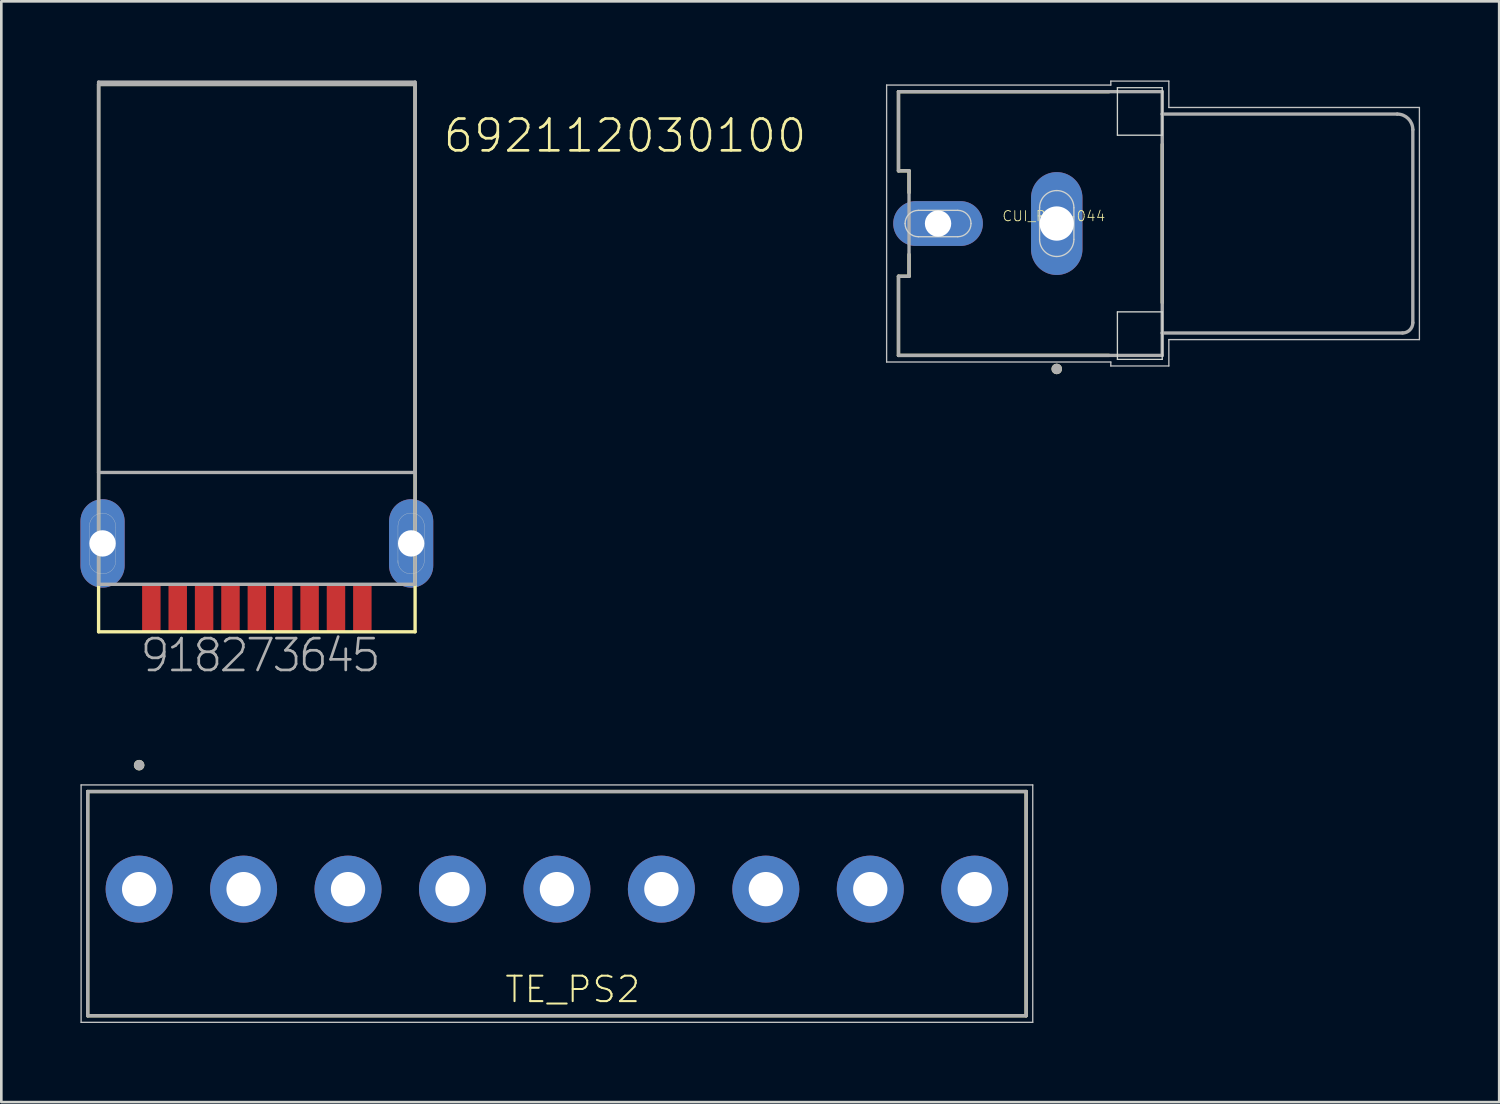
<source format=kicad_pcb>
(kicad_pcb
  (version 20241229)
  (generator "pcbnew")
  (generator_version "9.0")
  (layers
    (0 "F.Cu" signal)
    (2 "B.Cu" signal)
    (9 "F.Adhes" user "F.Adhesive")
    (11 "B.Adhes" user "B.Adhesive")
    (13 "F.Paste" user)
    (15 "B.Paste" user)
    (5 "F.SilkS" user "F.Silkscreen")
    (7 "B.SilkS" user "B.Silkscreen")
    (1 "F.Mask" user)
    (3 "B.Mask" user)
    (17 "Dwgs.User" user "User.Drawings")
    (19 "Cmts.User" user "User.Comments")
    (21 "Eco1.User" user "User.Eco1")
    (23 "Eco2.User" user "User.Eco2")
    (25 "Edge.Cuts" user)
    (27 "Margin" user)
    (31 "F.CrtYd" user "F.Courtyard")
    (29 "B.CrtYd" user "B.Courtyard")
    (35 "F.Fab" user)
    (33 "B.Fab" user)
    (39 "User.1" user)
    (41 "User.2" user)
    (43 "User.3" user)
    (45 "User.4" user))
  (footprint "CUI_RCJ-044"
    (layer "F.Cu")
    (at 37.015 5.425)
    (property "Reference" "CUI_RCJ-044" (at -2.088 -0.056 0) (layer "F.SilkS") (effects (font (size 0.386 0.386) (thickness 0.031)) (justify left bottom)))
    (attr through_hole)
    (fp_line (start -6 -5) (end 1.98 -5) (stroke (width 0.127) (type solid)) (layer "F.SilkS"))
    (fp_line (start -6 -2) (end -6 -5) (stroke (width 0.127) (type solid)) (layer "F.SilkS"))
    (fp_line (start -6 2) (end -5.6 2) (stroke (width 0.127) (type solid)) (layer "F.SilkS"))
    (fp_line (start -6 5) (end -6 2) (stroke (width 0.127) (type solid)) (layer "F.SilkS"))
    (fp_line (start -6 5) (end 1.98 5) (stroke (width 0.127) (type solid)) (layer "F.SilkS"))
    (fp_line (start -5.6 -2) (end -6 -2) (stroke (width 0.127) (type solid)) (layer "F.SilkS"))
    (fp_line (start -5.6 -1.17) (end -5.6 -2) (stroke (width 0.127) (type solid)) (layer "F.SilkS"))
    (fp_line (start -5.6 2) (end -5.6 1.17) (stroke (width 0.127) (type solid)) (layer "F.SilkS"))
    (fp_line (start 4 3) (end 4 -3) (stroke (width 0.127) (type solid)) (layer "F.SilkS"))
    (fp_circle (center 0 5.513) (end 0.1 5.513) (stroke (width 0.2) (type solid)) (fill no) (layer "F.SilkS"))
    (fp_line (start -6.45 -5.25) (end -6.45 5.25) (stroke (width 0.05) (type solid)) (layer "Dwgs.User"))
    (fp_line (start -6.45 5.25) (end 2.05 5.25) (stroke (width 0.05) (type solid)) (layer "Dwgs.User"))
    (fp_line (start 2.05 -5.4) (end 2.05 -5.25) (stroke (width 0.05) (type solid)) (layer "Dwgs.User"))
    (fp_line (start 2.05 -5.25) (end -6.45 -5.25) (stroke (width 0.05) (type solid)) (layer "Dwgs.User"))
    (fp_line (start 2.05 5.25) (end 2.05 5.4) (stroke (width 0.05) (type solid)) (layer "Dwgs.User"))
    (fp_line (start 2.05 5.4) (end 4.25 5.4) (stroke (width 0.05) (type solid)) (layer "Dwgs.User"))
    (fp_line (start 4.25 -5.4) (end 2.05 -5.4) (stroke (width 0.05) (type solid)) (layer "Dwgs.User"))
    (fp_line (start 4.25 -4.4) (end 4.25 -5.4) (stroke (width 0.05) (type solid)) (layer "Dwgs.User"))
    (fp_line (start 4.25 4.4) (end 13.75 4.4) (stroke (width 0.05) (type solid)) (layer "Dwgs.User"))
    (fp_line (start 4.25 5.4) (end 4.25 4.4) (stroke (width 0.05) (type solid)) (layer "Dwgs.User"))
    (fp_line (start 13.75 -4.4) (end 4.25 -4.4) (stroke (width 0.05) (type solid)) (layer "Dwgs.User"))
    (fp_line (start 13.75 4.4) (end 13.75 -4.4) (stroke (width 0.05) (type solid)) (layer "Dwgs.User"))
    (fp_line (start -5.25 -0.5) (end -3.75 -0.5) (stroke (width 0.05) (type solid)) (layer "Edge.Cuts"))
    (fp_line (start -3.75 0.5) (end -5.25 0.5) (stroke (width 0.05) (type solid)) (layer "Edge.Cuts"))
    (fp_line (start -0.65 0.6) (end -0.65 -0.6) (stroke (width 0.05) (type solid)) (layer "Edge.Cuts"))
    (fp_line (start 0.65 -0.6) (end 0.65 0.6) (stroke (width 0.05) (type solid)) (layer "Edge.Cuts"))
    (fp_line (start 2.3 -5.15) (end 2.3 -3.35) (stroke (width 0.05) (type solid)) (layer "Edge.Cuts"))
    (fp_line (start 2.3 -3.35) (end 4 -3.35) (stroke (width 0.05) (type solid)) (layer "Edge.Cuts"))
    (fp_line (start 2.3 3.35) (end 2.3 5.15) (stroke (width 0.05) (type solid)) (layer "Edge.Cuts"))
    (fp_line (start 2.3 5.15) (end 4 5.15) (stroke (width 0.05) (type solid)) (layer "Edge.Cuts"))
    (fp_line (start 4 -5.15) (end 2.3 -5.15) (stroke (width 0.05) (type solid)) (layer "Edge.Cuts"))
    (fp_line (start 4 -3.35) (end 4 -5.15) (stroke (width 0.05) (type solid)) (layer "Edge.Cuts"))
    (fp_line (start 4 3.35) (end 2.3 3.35) (stroke (width 0.05) (type solid)) (layer "Edge.Cuts"))
    (fp_line (start 4 5.15) (end 4 3.35) (stroke (width 0.05) (type solid)) (layer "Edge.Cuts"))
    (fp_arc (start -5.75 0) (mid -5.603553 -0.353553) (end -5.25 -0.5) (stroke (width 0.05) (type solid)) (layer "Edge.Cuts"))
    (fp_arc (start -5.25 0.5) (mid -5.603553 0.353553) (end -5.75 0) (stroke (width 0.05) (type solid)) (layer "Edge.Cuts"))
    (fp_arc (start -3.75 -0.5) (mid -3.396447 -0.353553) (end -3.25 0) (stroke (width 0.05) (type solid)) (layer "Edge.Cuts"))
    (fp_arc (start -3.25 0) (mid -3.396447 0.353553) (end -3.75 0.5) (stroke (width 0.05) (type solid)) (layer "Edge.Cuts"))
    (fp_arc (start -0.65 -0.6) (mid -0.459619 -1.059619) (end 0 -1.25) (stroke (width 0.05) (type solid)) (layer "Edge.Cuts"))
    (fp_arc (start 0 -1.25) (mid 0.459619 -1.059619) (end 0.65 -0.6) (stroke (width 0.05) (type solid)) (layer "Edge.Cuts"))
    (fp_arc (start 0 1.25) (mid -0.459619 1.059619) (end -0.65 0.6) (stroke (width 0.05) (type solid)) (layer "Edge.Cuts"))
    (fp_arc (start 0.65 0.6) (mid 0.459619 1.059619) (end 0 1.25) (stroke (width 0.05) (type solid)) (layer "Edge.Cuts"))
    (fp_line (start -6 -5) (end 4 -5) (stroke (width 0.127) (type solid)) (layer "F.Fab"))
    (fp_line (start -6 -2) (end -6 -5) (stroke (width 0.127) (type solid)) (layer "F.Fab"))
    (fp_line (start -6 2) (end -5.6 2) (stroke (width 0.127) (type solid)) (layer "F.Fab"))
    (fp_line (start -6 5) (end -6 2) (stroke (width 0.127) (type solid)) (layer "F.Fab"))
    (fp_line (start -5.6 -2) (end -6 -2) (stroke (width 0.127) (type solid)) (layer "F.Fab"))
    (fp_line (start -5.6 2) (end -5.6 -2) (stroke (width 0.127) (type solid)) (layer "F.Fab"))
    (fp_line (start 4 -5) (end 4 -4.15) (stroke (width 0.127) (type solid)) (layer "F.Fab"))
    (fp_line (start 4 -4.15) (end 4 4.15) (stroke (width 0.127) (type solid)) (layer "F.Fab"))
    (fp_line (start 4 -4.15) (end 12.91 -4.15) (stroke (width 0.127) (type solid)) (layer "F.Fab"))
    (fp_line (start 4 4.15) (end 4 5) (stroke (width 0.127) (type solid)) (layer "F.Fab"))
    (fp_line (start 4 5) (end -6 5) (stroke (width 0.127) (type solid)) (layer "F.Fab"))
    (fp_line (start 13.11 4.15) (end 4 4.15) (stroke (width 0.127) (type solid)) (layer "F.Fab"))
    (fp_line (start 13.5 -3.56) (end 13.5 3.76) (stroke (width 0.127) (type solid)) (layer "F.Fab"))
    (fp_arc (start 12.91 -4.15) (mid 13.327193 -3.977193) (end 13.5 -3.56) (stroke (width 0.127) (type solid)) (layer "F.Fab"))
    (fp_arc (start 13.5 3.76) (mid 13.385772 4.035772) (end 13.11 4.15) (stroke (width 0.127) (type solid)) (layer "F.Fab"))
    (fp_circle (center 0 5.513) (end 0.1 5.513) (stroke (width 0.2) (type solid)) (fill no) (layer "F.Fab"))
    (pad "1" thru_hole oval (at 0 0 90) (size 3.9 1.95) (drill 1.3) (layers "*.Cu" "*.Mask"))
    (pad "2" thru_hole oval (at -4.5 0 180) (size 3.4 1.7) (drill 1) (layers "*.Cu" "*.Mask")))
  (footprint "692112030100"
    (layer "F.Cu")
    (at 6.688 20.003)
    (property "Reference" "692112030100" (at 7 -17.2 0) (layer "F.SilkS") (effects (font (size 1.206 1.206) (thickness 0.102)) (justify left bottom)))
    (attr through_hole)
    (fp_line (start -6 -19.85) (end -6 0.9) (stroke (width 0.127) (type solid)) (layer "F.SilkS"))
    (fp_line (start -6 0.9) (end 6 0.9) (stroke (width 0.127) (type solid)) (layer "F.SilkS"))
    (fp_line (start 6 -19.85) (end -6 -19.85) (stroke (width 0.127) (type solid)) (layer "F.SilkS"))
    (fp_line (start 6 0.9) (end 6 -19.85) (stroke (width 0.127) (type solid)) (layer "F.SilkS"))
    (fp_line (start -6.35 -1.79) (end -6.35 -3.1) (stroke (width 0.01) (type solid)) (layer "Edge.Cuts"))
    (fp_line (start -5.85 -3.6) (end -5.84 -3.6) (stroke (width 0.01) (type solid)) (layer "Edge.Cuts"))
    (fp_line (start -5.83 -1.3) (end -5.91 -1.3) (stroke (width 0.01) (type solid)) (layer "Edge.Cuts"))
    (fp_line (start -5.35 -3.06) (end -5.35 -1.78) (stroke (width 0.01) (type solid)) (layer "Edge.Cuts"))
    (fp_line (start 5.35 -1.8) (end 5.35 -3.11) (stroke (width 0.01) (type solid)) (layer "Edge.Cuts"))
    (fp_line (start 5.35 -1.69) (end 5.35 -1.8) (stroke (width 0.01) (type solid)) (layer "Edge.Cuts"))
    (fp_line (start 5.84 -3.6) (end 5.86 -3.6) (stroke (width 0.01) (type solid)) (layer "Edge.Cuts"))
    (fp_line (start 5.85 -1.3) (end 5.8 -1.3) (stroke (width 0.01) (type solid)) (layer "Edge.Cuts"))
    (fp_line (start 6.35 -3.11) (end 6.35 -1.8) (stroke (width 0.01) (type solid)) (layer "Edge.Cuts"))
    (fp_arc (start -6.35 -3.1) (mid -6.203553 -3.453553) (end -5.85 -3.6) (stroke (width 0.01) (type solid)) (layer "Edge.Cuts"))
    (fp_arc (start -5.91 -1.3) (mid -6.231482 -1.453873) (end -6.35 -1.79) (stroke (width 0.01) (type solid)) (layer "Edge.Cuts"))
    (fp_arc (start -5.84 -3.6) (mid -5.483162 -3.431482) (end -5.35 -3.06) (stroke (width 0.01) (type solid)) (layer "Edge.Cuts"))
    (fp_arc (start -5.35 -1.78) (mid -5.490589 -1.440589) (end -5.83 -1.3) (stroke (width 0.01) (type solid)) (layer "Edge.Cuts"))
    (fp_arc (start 5.35 -3.11) (mid 5.493518 -3.456482) (end 5.84 -3.6) (stroke (width 0.01) (type solid)) (layer "Edge.Cuts"))
    (fp_arc (start 5.8 -1.3) (mid 5.471447 -1.456802) (end 5.35 -1.8) (stroke (width 0.01) (type solid)) (layer "Edge.Cuts"))
    (fp_arc (start 5.86 -3.6) (mid 6.206482 -3.456482) (end 6.35 -3.11) (stroke (width 0.01) (type solid)) (layer "Edge.Cuts"))
    (fp_arc (start 6.35 -1.8) (mid 6.203553 -1.446447) (end 5.85 -1.3) (stroke (width 0.01) (type solid)) (layer "Edge.Cuts"))
    (fp_line (start -6 -19.94) (end -6 -5.14) (stroke (width 0.127) (type solid)) (layer "F.Fab"))
    (fp_line (start -6 -19.85) (end -6 -5.14) (stroke (width 0.127) (type solid)) (layer "F.Fab"))
    (fp_line (start -6 -5.14) (end -6 -0.9) (stroke (width 0.127) (type solid)) (layer "F.Fab"))
    (fp_line (start -6 -5.14) (end 6 -5.14) (stroke (width 0.127) (type solid)) (layer "F.Fab"))
    (fp_line (start -6 -0.9) (end 6 -0.9) (stroke (width 0.127) (type solid)) (layer "F.Fab"))
    (fp_line (start 6 -19.94) (end -6 -19.94) (stroke (width 0.127) (type solid)) (layer "F.Fab"))
    (fp_line (start 6 -19.85) (end -6 -19.85) (stroke (width 0.127) (type solid)) (layer "F.Fab"))
    (fp_line (start 6 -5.14) (end 6 -19.94) (stroke (width 0.127) (type solid)) (layer "F.Fab"))
    (fp_line (start 6 -0.9) (end 6 -19.85) (stroke (width 0.127) (type solid)) (layer "F.Fab"))
    (fp_text user "5" (at 3.5 2.5 0) (layer "F.Fab") (effects (font (size 1.206 1.206) (thickness 0.102)) (justify left bottom)))
    (fp_text user "6" (at 1.5 2.5 0) (layer "F.Fab") (effects (font (size 1.206 1.206) (thickness 0.102)) (justify left bottom)))
    (fp_text user "4" (at 2.5 2.5 0) (layer "F.Fab") (effects (font (size 1.206 1.206) (thickness 0.102)) (justify left bottom)))
    (fp_text user "9" (at -4.5 2.5 0) (layer "F.Fab") (effects (font (size 1.206 1.206) (thickness 0.102)) (justify left bottom)))
    (fp_text user "2" (at -1.5 2.5 0) (layer "F.Fab") (effects (font (size 1.206 1.206) (thickness 0.102)) (justify left bottom)))
    (fp_text user "3" (at 0.5 2.5 0) (layer "F.Fab") (effects (font (size 1.206 1.206) (thickness 0.102)) (justify left bottom)))
    (fp_text user "8" (at -2.5 2.5 0) (layer "F.Fab") (effects (font (size 1.206 1.206) (thickness 0.102)) (justify left bottom)))
    (fp_text user "7" (at -0.5 2.5 0) (layer "F.Fab") (effects (font (size 1.206 1.206) (thickness 0.102)) (justify left bottom)))
    (fp_text user "1" (at -3.5 2.5 0) (layer "F.Fab") (effects (font (size 1.206 1.206) (thickness 0.102)) (justify left bottom)))
    (pad "1" smd rect (at -3 0 90) (size 1.8 0.7) (layers "F.Cu" "F.Mask" "F.Paste"))
    (pad "2" smd rect (at -1 0 90) (size 1.8 0.7) (layers "F.Cu" "F.Mask" "F.Paste"))
    (pad "3" smd rect (at 1 0 90) (size 1.8 0.7) (layers "F.Cu" "F.Mask" "F.Paste"))
    (pad "4" smd rect (at 3 0 90) (size 1.8 0.7) (layers "F.Cu" "F.Mask" "F.Paste"))
    (pad "5" smd rect (at 4 0 90) (size 1.8 0.7) (layers "F.Cu" "F.Mask" "F.Paste"))
    (pad "6" smd rect (at 2 0 90) (size 1.8 0.7) (layers "F.Cu" "F.Mask" "F.Paste"))
    (pad "7" smd rect (at 0 0 90) (size 1.8 0.7) (layers "F.Cu" "F.Mask" "F.Paste"))
    (pad "8" smd rect (at -2 0 90) (size 1.8 0.7) (layers "F.Cu" "F.Mask" "F.Paste"))
    (pad "9" smd rect (at -4 0 90) (size 1.8 0.7) (layers "F.Cu" "F.Mask" "F.Paste"))
    (pad "Z1" thru_hole oval (at 5.85 -2.45 90) (size 3.353 1.676) (drill 1) (layers "*.Cu" "*.Mask"))
    (pad "Z2" thru_hole oval (at -5.85 -2.45 90) (size 3.353 1.676) (drill 1) (layers "*.Cu" "*.Mask")))
  (footprint "TE_PS2"
    (layer "F.Cu")
    (at 18.065 30.66)
    (property "Reference" "TE_PS2" (at -2.026 4.368 180) (layer "F.SilkS") (effects (font (size 0.965 0.965) (thickness 0.077)) (justify left bottom)))
    (attr through_hole)
    (fp_line (start -17.79 -3.7) (end 17.79 -3.7) (stroke (width 0.127) (type solid)) (layer "F.SilkS"))
    (fp_line (start -17.79 4.8) (end -17.79 -3.7) (stroke (width 0.127) (type solid)) (layer "F.SilkS"))
    (fp_line (start 17.79 -3.7) (end 17.79 4.8) (stroke (width 0.127) (type solid)) (layer "F.SilkS"))
    (fp_line (start 17.79 4.8) (end -17.79 4.8) (stroke (width 0.127) (type solid)) (layer "F.SilkS"))
    (fp_circle (center -15.84 -4.7) (end -15.74 -4.7) (stroke (width 0.2) (type solid)) (fill no) (layer "F.SilkS"))
    (fp_line (start -18.04 -3.95) (end 18.04 -3.95) (stroke (width 0.05) (type solid)) (layer "Dwgs.User"))
    (fp_line (start -18.04 5.05) (end -18.04 -3.95) (stroke (width 0.05) (type solid)) (layer "Dwgs.User"))
    (fp_line (start 18.04 -3.95) (end 18.04 5.05) (stroke (width 0.05) (type solid)) (layer "Dwgs.User"))
    (fp_line (start 18.04 5.05) (end -18.04 5.05) (stroke (width 0.05) (type solid)) (layer "Dwgs.User"))
    (fp_line (start -17.79 -3.7) (end 17.79 -3.7) (stroke (width 0.127) (type solid)) (layer "F.Fab"))
    (fp_line (start -17.79 4.8) (end -17.79 -3.7) (stroke (width 0.127) (type solid)) (layer "F.Fab"))
    (fp_line (start 17.79 -3.7) (end 17.79 4.8) (stroke (width 0.127) (type solid)) (layer "F.Fab"))
    (fp_line (start 17.79 4.8) (end -17.79 4.8) (stroke (width 0.127) (type solid)) (layer "F.Fab"))
    (fp_circle (center -15.84 -4.7) (end -15.74 -4.7) (stroke (width 0.2) (type solid)) (fill no) (layer "F.Fab"))
    (pad "1" thru_hole circle (at -15.84 0 180) (size 2.54 2.54) (drill 1.3) (layers "*.Cu" "*.Mask"))
    (pad "2" thru_hole circle (at -11.88 0) (size 2.54 2.54) (drill 1.3) (layers "*.Cu" "*.Mask"))
    (pad "3" thru_hole circle (at -7.92 0) (size 2.54 2.54) (drill 1.3) (layers "*.Cu" "*.Mask"))
    (pad "4" thru_hole circle (at -3.96 0) (size 2.54 2.54) (drill 1.3) (layers "*.Cu" "*.Mask"))
    (pad "5" thru_hole circle (at 0 0) (size 2.54 2.54) (drill 1.3) (layers "*.Cu" "*.Mask"))
    (pad "6" thru_hole circle (at 3.96 0) (size 2.54 2.54) (drill 1.3) (layers "*.Cu" "*.Mask"))
    (pad "7" thru_hole circle (at 7.92 0) (size 2.54 2.54) (drill 1.3) (layers "*.Cu" "*.Mask"))
    (pad "8" thru_hole circle (at 11.88 0) (size 2.54 2.54) (drill 1.3) (layers "*.Cu" "*.Mask"))
    (pad "9" thru_hole circle (at 15.84 0) (size 2.54 2.54) (drill 1.3) (layers "*.Cu" "*.Mask")))
  (gr_rect
    (start -3 -3)
    (end 53.79 38.735)
    (stroke (width 0.1) (type default))
    (fill no)
    (layer "Edge.Cuts")))
</source>
